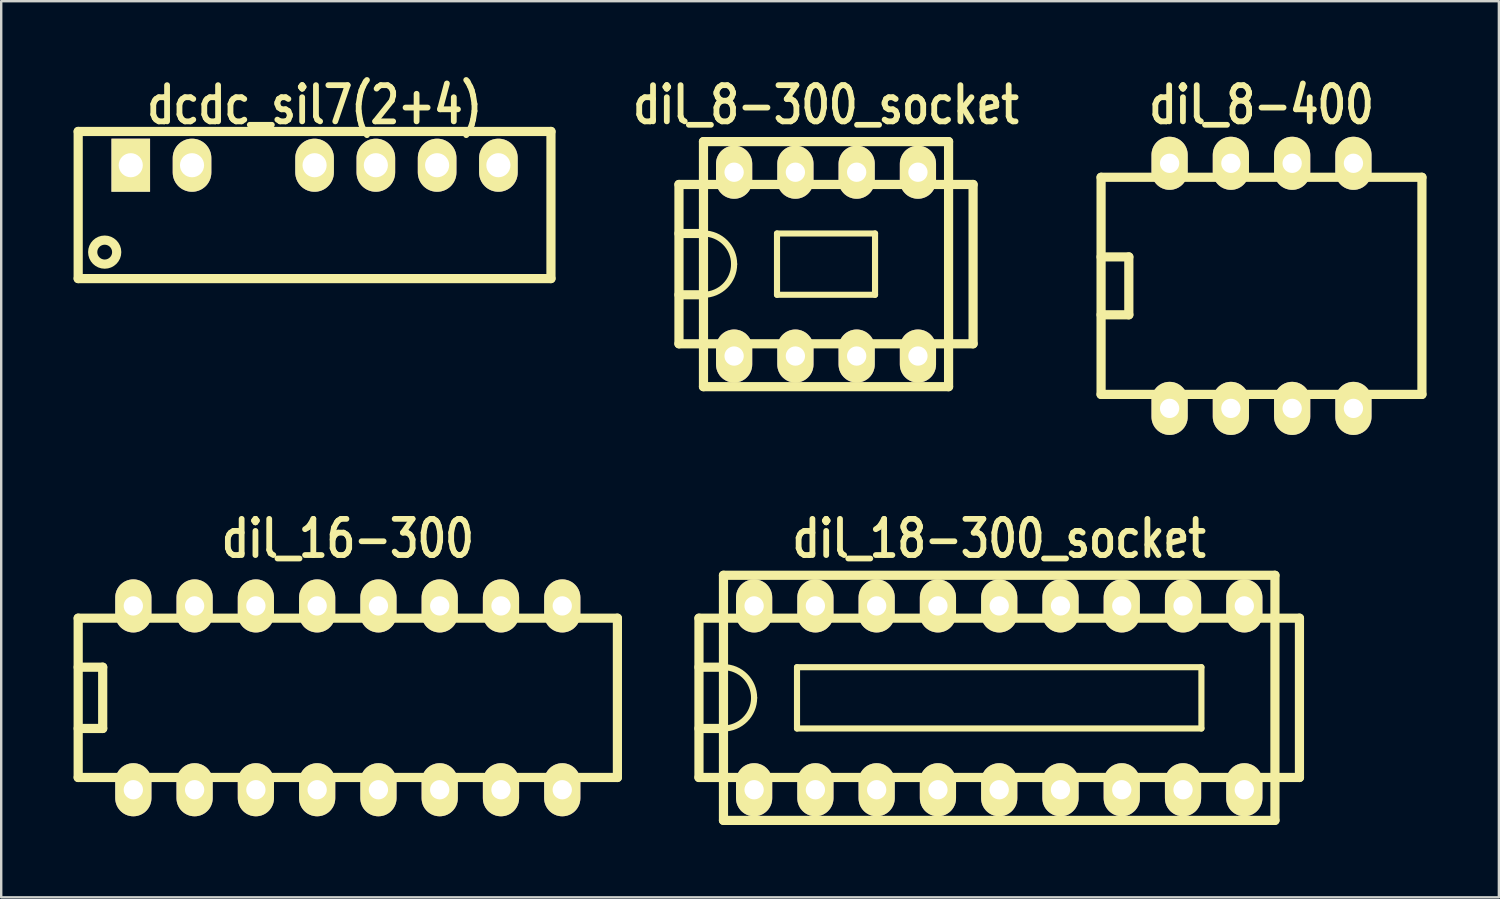
<source format=kicad_pcb>
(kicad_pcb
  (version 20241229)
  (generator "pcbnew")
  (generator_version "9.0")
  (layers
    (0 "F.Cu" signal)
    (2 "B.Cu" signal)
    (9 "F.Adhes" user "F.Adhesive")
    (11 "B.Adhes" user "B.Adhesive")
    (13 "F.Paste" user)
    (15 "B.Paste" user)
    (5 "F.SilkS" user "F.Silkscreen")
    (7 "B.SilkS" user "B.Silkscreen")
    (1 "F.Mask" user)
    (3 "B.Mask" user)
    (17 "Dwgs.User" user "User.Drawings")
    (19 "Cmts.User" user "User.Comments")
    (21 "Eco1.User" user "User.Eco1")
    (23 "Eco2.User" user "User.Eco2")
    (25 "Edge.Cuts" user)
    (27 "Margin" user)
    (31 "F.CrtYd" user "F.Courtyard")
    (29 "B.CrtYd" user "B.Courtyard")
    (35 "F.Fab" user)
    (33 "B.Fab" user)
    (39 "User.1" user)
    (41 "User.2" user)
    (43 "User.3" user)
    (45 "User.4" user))
  (footprint "dil_18-300_socket"
    (layer "F.Cu")
    (at 38.37 25.877)
    (property "Reference" "dil_18-300_socket" (at 0 -6.6 0) (layer "F.SilkS") (effects (font (size 1.5 1.2) (thickness 0.24))))
    (attr through_hole)
    (fp_line (start -12.446 -3.302) (end 12.446 -3.302) (stroke (width 0.381) (type solid)) (layer "F.SilkS"))
    (fp_line (start -12.446 3.302) (end -12.446 -3.302) (stroke (width 0.381) (type solid)) (layer "F.SilkS"))
    (fp_line (start -12.446 3.302) (end 12.446 3.302) (stroke (width 0.381) (type solid)) (layer "F.SilkS"))
    (fp_line (start -11.43 -5.08) (end 11.43 -5.08) (stroke (width 0.381) (type solid)) (layer "F.SilkS"))
    (fp_line (start -11.43 -1.27) (end -12.446 -1.27) (stroke (width 0.381) (type solid)) (layer "F.SilkS"))
    (fp_line (start -11.43 1.27) (end -12.446 1.27) (stroke (width 0.381) (type solid)) (layer "F.SilkS"))
    (fp_line (start -11.43 5.08) (end -11.43 -5.08) (stroke (width 0.381) (type solid)) (layer "F.SilkS"))
    (fp_line (start -8.382 -1.27) (end -8.382 1.27) (stroke (width 0.254) (type solid)) (layer "F.SilkS"))
    (fp_line (start -8.382 -1.27) (end 8.382 -1.27) (stroke (width 0.254) (type solid)) (layer "F.SilkS"))
    (fp_line (start 8.382 1.27) (end -8.382 1.27) (stroke (width 0.254) (type solid)) (layer "F.SilkS"))
    (fp_line (start 8.382 1.27) (end 8.382 -1.27) (stroke (width 0.254) (type solid)) (layer "F.SilkS"))
    (fp_line (start 11.43 -5.08) (end 11.43 5.08) (stroke (width 0.381) (type solid)) (layer "F.SilkS"))
    (fp_line (start 11.43 5.08) (end -11.43 5.08) (stroke (width 0.381) (type solid)) (layer "F.SilkS"))
    (fp_line (start 12.446 -3.302) (end 12.446 3.302) (stroke (width 0.381) (type solid)) (layer "F.SilkS"))
    (fp_arc (start -11.43 -1.27) (mid -10.531974 -0.898026) (end -10.16 0) (stroke (width 0.254) (type solid)) (layer "F.SilkS"))
    (fp_arc (start -10.16 0) (mid -10.531974 0.898026) (end -11.43 1.27) (stroke (width 0.254) (type solid)) (layer "F.SilkS"))
    (pad "1" thru_hole oval (at -10.16 3.81) (size 1.5 2.2) (drill 0.8) (layers "*.Cu" "*.Mask" "F.SilkS"))
    (pad "2" thru_hole oval (at -7.62 3.81) (size 1.5 2.2) (drill 0.8) (layers "*.Cu" "*.Mask" "F.SilkS"))
    (pad "3" thru_hole oval (at -5.08 3.81) (size 1.5 2.2) (drill 0.8) (layers "*.Cu" "*.Mask" "F.SilkS"))
    (pad "4" thru_hole oval (at -2.54 3.81) (size 1.5 2.2) (drill 0.8) (layers "*.Cu" "*.Mask" "F.SilkS"))
    (pad "5" thru_hole oval (at 0 3.81) (size 1.5 2.2) (drill 0.8) (layers "*.Cu" "*.Mask" "F.SilkS"))
    (pad "6" thru_hole oval (at 2.54 3.81) (size 1.5 2.2) (drill 0.8) (layers "*.Cu" "*.Mask" "F.SilkS"))
    (pad "7" thru_hole oval (at 5.08 3.81) (size 1.5 2.2) (drill 0.8) (layers "*.Cu" "*.Mask" "F.SilkS"))
    (pad "8" thru_hole oval (at 7.62 3.81) (size 1.5 2.2) (drill 0.8) (layers "*.Cu" "*.Mask" "F.SilkS"))
    (pad "9" thru_hole oval (at 10.16 3.81) (size 1.5 2.2) (drill 0.8) (layers "*.Cu" "*.Mask" "F.SilkS"))
    (pad "10" thru_hole oval (at 10.16 -3.81) (size 1.5 2.2) (drill 0.8) (layers "*.Cu" "*.Mask" "F.SilkS"))
    (pad "11" thru_hole oval (at 7.62 -3.81) (size 1.5 2.2) (drill 0.8) (layers "*.Cu" "*.Mask" "F.SilkS"))
    (pad "12" thru_hole oval (at 5.08 -3.81) (size 1.5 2.2) (drill 0.8) (layers "*.Cu" "*.Mask" "F.SilkS"))
    (pad "13" thru_hole oval (at 2.54 -3.81) (size 1.5 2.2) (drill 0.8) (layers "*.Cu" "*.Mask" "F.SilkS"))
    (pad "14" thru_hole oval (at 0 -3.81) (size 1.5 2.2) (drill 0.8) (layers "*.Cu" "*.Mask" "F.SilkS"))
    (pad "15" thru_hole oval (at -2.54 -3.81) (size 1.5 2.2) (drill 0.8) (layers "*.Cu" "*.Mask" "F.SilkS"))
    (pad "16" thru_hole oval (at -5.08 -3.81) (size 1.5 2.2) (drill 0.8) (layers "*.Cu" "*.Mask" "F.SilkS"))
    (pad "17" thru_hole oval (at -7.62 -3.81) (size 1.5 2.2) (drill 0.8) (layers "*.Cu" "*.Mask" "F.SilkS"))
    (pad "18" thru_hole oval (at -10.16 -3.81) (size 1.5 2.2) (drill 0.8) (layers "*.Cu" "*.Mask" "F.SilkS")))
  (footprint "dcdc_sil7(2+4)"
    (layer "F.Cu")
    (at 9.99 3.799)
    (property "Reference" "dcdc_sil7(2+4)" (at 0 -2.5 0) (layer "F.SilkS") (effects (font (size 1.5 1.2) (thickness 0.24))))
    (attr through_hole)
    (fp_line (start -9.799 -1.4) (end -9.799 4.699) (stroke (width 0.381) (type solid)) (layer "F.SilkS"))
    (fp_line (start -9.799 -1.4) (end 9.799 -1.4) (stroke (width 0.381) (type solid)) (layer "F.SilkS"))
    (fp_line (start -9.799 4.699) (end 9.799 4.699) (stroke (width 0.381) (type solid)) (layer "F.SilkS"))
    (fp_line (start 9.799 4.699) (end 9.799 -1.4) (stroke (width 0.381) (type solid)) (layer "F.SilkS"))
    (fp_circle (center -8.7 3.602) (end -8.999 4) (stroke (width 0.381) (type solid)) (fill no) (layer "F.SilkS"))
    (pad "1" thru_hole rect (at -7.62 0) (size 1.6 2.2) (drill 1) (layers "*.Cu" "*.Mask" "F.SilkS"))
    (pad "2" thru_hole oval (at -5.08 0) (size 1.6 2.2) (drill 1) (layers "*.Cu" "*.Mask" "F.SilkS"))
    (pad "4" thru_hole oval (at 0 0) (size 1.6 2.2) (drill 1) (layers "*.Cu" "*.Mask" "F.SilkS"))
    (pad "5" thru_hole oval (at 2.54 0) (size 1.6 2.2) (drill 1) (layers "*.Cu" "*.Mask" "F.SilkS"))
    (pad "6" thru_hole oval (at 5.08 0) (size 1.6 2.2) (drill 1) (layers "*.Cu" "*.Mask" "F.SilkS"))
    (pad "7" thru_hole oval (at 7.62 0) (size 1.6 2.2) (drill 1) (layers "*.Cu" "*.Mask" "F.SilkS")))
  (footprint "dil_8-300_socket"
    (layer "F.Cu")
    (at 31.191 7.899)
    (property "Reference" "dil_8-300_socket" (at 0 -6.6 0) (layer "F.SilkS") (effects (font (size 1.5 1.2) (thickness 0.24))))
    (attr through_hole)
    (fp_line (start -6.096 -3.302) (end 6.096 -3.302) (stroke (width 0.381) (type solid)) (layer "F.SilkS"))
    (fp_line (start -6.096 3.302) (end -6.096 -3.302) (stroke (width 0.381) (type solid)) (layer "F.SilkS"))
    (fp_line (start -6.096 3.302) (end 6.096 3.302) (stroke (width 0.381) (type solid)) (layer "F.SilkS"))
    (fp_line (start -5.08 -1.27) (end -6.096 -1.27) (stroke (width 0.381) (type solid)) (layer "F.SilkS"))
    (fp_line (start -5.08 1.27) (end -6.096 1.27) (stroke (width 0.381) (type solid)) (layer "F.SilkS"))
    (fp_line (start -5.08 5.08) (end -5.08 -5.08) (stroke (width 0.381) (type solid)) (layer "F.SilkS"))
    (fp_line (start -2.032 -1.27) (end -2.032 1.27) (stroke (width 0.254) (type solid)) (layer "F.SilkS"))
    (fp_line (start -2.032 -1.27) (end 2.032 -1.27) (stroke (width 0.254) (type solid)) (layer "F.SilkS"))
    (fp_line (start 2.032 1.27) (end -2.032 1.27) (stroke (width 0.254) (type solid)) (layer "F.SilkS"))
    (fp_line (start 2.032 1.27) (end 2.032 -1.27) (stroke (width 0.254) (type solid)) (layer "F.SilkS"))
    (fp_line (start 5.08 -5.08) (end -5.08 -5.08) (stroke (width 0.381) (type solid)) (layer "F.SilkS"))
    (fp_line (start 5.08 -5.08) (end 5.08 5.08) (stroke (width 0.381) (type solid)) (layer "F.SilkS"))
    (fp_line (start 5.08 5.08) (end -5.08 5.08) (stroke (width 0.381) (type solid)) (layer "F.SilkS"))
    (fp_line (start 6.096 -3.302) (end 6.096 3.302) (stroke (width 0.381) (type solid)) (layer "F.SilkS"))
    (fp_arc (start -5.08 -1.27) (mid -4.181974 -0.898026) (end -3.81 0) (stroke (width 0.254) (type solid)) (layer "F.SilkS"))
    (fp_arc (start -3.81 0) (mid -4.181974 0.898026) (end -5.08 1.27) (stroke (width 0.254) (type solid)) (layer "F.SilkS"))
    (pad "1" thru_hole oval (at -3.81 3.81) (size 1.5 2.2) (drill 0.8) (layers "*.Cu" "*.Mask" "F.SilkS"))
    (pad "2" thru_hole oval (at -1.27 3.81) (size 1.5 2.2) (drill 0.8) (layers "*.Cu" "*.Mask" "F.SilkS"))
    (pad "3" thru_hole oval (at 1.27 3.81) (size 1.5 2.2) (drill 0.8) (layers "*.Cu" "*.Mask" "F.SilkS"))
    (pad "4" thru_hole oval (at 3.81 3.81) (size 1.5 2.2) (drill 0.8) (layers "*.Cu" "*.Mask" "F.SilkS"))
    (pad "5" thru_hole oval (at 3.81 -3.81) (size 1.5 2.2) (drill 0.8) (layers "*.Cu" "*.Mask" "F.SilkS"))
    (pad "6" thru_hole oval (at 1.27 -3.81) (size 1.5 2.2) (drill 0.8) (layers "*.Cu" "*.Mask" "F.SilkS"))
    (pad "7" thru_hole oval (at -1.27 -3.81) (size 1.5 2.2) (drill 0.8) (layers "*.Cu" "*.Mask" "F.SilkS"))
    (pad "8" thru_hole oval (at -3.81 -3.81) (size 1.5 2.2) (drill 0.8) (layers "*.Cu" "*.Mask" "F.SilkS")))
  (footprint "dil_16-300"
    (layer "F.Cu")
    (at 11.367 25.877)
    (property "Reference" "dil_16-300" (at 0 -6.6 0) (layer "F.SilkS") (effects (font (size 1.5 1.2) (thickness 0.24))))
    (attr through_hole)
    (fp_line (start -11.176 -3.302) (end 11.176 -3.302) (stroke (width 0.381) (type solid)) (layer "F.SilkS"))
    (fp_line (start -11.176 3.302) (end -11.176 -3.302) (stroke (width 0.381) (type solid)) (layer "F.SilkS"))
    (fp_line (start -10.16 -1.27) (end -11.176 -1.27) (stroke (width 0.381) (type solid)) (layer "F.SilkS"))
    (fp_line (start -10.16 -1.27) (end -10.16 1.27) (stroke (width 0.381) (type solid)) (layer "F.SilkS"))
    (fp_line (start -10.16 1.27) (end -11.176 1.27) (stroke (width 0.381) (type solid)) (layer "F.SilkS"))
    (fp_line (start 11.176 -3.302) (end 11.176 3.302) (stroke (width 0.381) (type solid)) (layer "F.SilkS"))
    (fp_line (start 11.176 3.302) (end -11.176 3.302) (stroke (width 0.381) (type solid)) (layer "F.SilkS"))
    (pad "1" thru_hole oval (at -8.89 3.81) (size 1.5 2.2) (drill 0.8) (layers "*.Cu" "*.Mask" "F.SilkS"))
    (pad "2" thru_hole oval (at -6.35 3.81) (size 1.5 2.2) (drill 0.8) (layers "*.Cu" "*.Mask" "F.SilkS"))
    (pad "3" thru_hole oval (at -3.81 3.81) (size 1.5 2.2) (drill 0.8) (layers "*.Cu" "*.Mask" "F.SilkS"))
    (pad "4" thru_hole oval (at -1.27 3.81) (size 1.5 2.2) (drill 0.8) (layers "*.Cu" "*.Mask" "F.SilkS"))
    (pad "5" thru_hole oval (at 1.27 3.81) (size 1.5 2.2) (drill 0.8) (layers "*.Cu" "*.Mask" "F.SilkS"))
    (pad "6" thru_hole oval (at 3.81 3.81) (size 1.5 2.2) (drill 0.8) (layers "*.Cu" "*.Mask" "F.SilkS"))
    (pad "7" thru_hole oval (at 6.35 3.81) (size 1.5 2.2) (drill 0.8) (layers "*.Cu" "*.Mask" "F.SilkS"))
    (pad "8" thru_hole oval (at 8.89 3.81) (size 1.5 2.2) (drill 0.8) (layers "*.Cu" "*.Mask" "F.SilkS"))
    (pad "9" thru_hole oval (at 8.89 -3.81) (size 1.5 2.2) (drill 0.8) (layers "*.Cu" "*.Mask" "F.SilkS"))
    (pad "10" thru_hole oval (at 6.35 -3.81) (size 1.5 2.2) (drill 0.8) (layers "*.Cu" "*.Mask" "F.SilkS"))
    (pad "11" thru_hole oval (at 3.81 -3.81) (size 1.5 2.2) (drill 0.8) (layers "*.Cu" "*.Mask" "F.SilkS"))
    (pad "12" thru_hole oval (at 1.27 -3.81) (size 1.5 2.2) (drill 0.8) (layers "*.Cu" "*.Mask" "F.SilkS"))
    (pad "13" thru_hole oval (at -1.27 -3.81) (size 1.5 2.2) (drill 0.8) (layers "*.Cu" "*.Mask" "F.SilkS"))
    (pad "14" thru_hole oval (at -3.81 -3.81) (size 1.5 2.2) (drill 0.8) (layers "*.Cu" "*.Mask" "F.SilkS"))
    (pad "15" thru_hole oval (at -6.35 -3.81) (size 1.5 2.2) (drill 0.8) (layers "*.Cu" "*.Mask" "F.SilkS"))
    (pad "16" thru_hole oval (at -8.89 -3.81) (size 1.5 2.2) (drill 0.8) (layers "*.Cu" "*.Mask" "F.SilkS")))
  (footprint "dil_8-400"
    (layer "F.Cu")
    (at 49.243 8.799)
    (property "Reference" "dil_8-400" (at 0 -7.5 0) (layer "F.SilkS") (effects (font (size 1.5 1.2) (thickness 0.24))))
    (attr through_hole)
    (fp_line (start -6.65 -4.5) (end 6.65 -4.5) (stroke (width 0.381) (type solid)) (layer "F.SilkS"))
    (fp_line (start -6.65 4.5) (end -6.65 -4.5) (stroke (width 0.381) (type solid)) (layer "F.SilkS"))
    (fp_line (start -5.5 -1.2) (end -6.65 -1.2) (stroke (width 0.381) (type solid)) (layer "F.SilkS"))
    (fp_line (start -5.5 -1.2) (end -5.5 1.2) (stroke (width 0.381) (type solid)) (layer "F.SilkS"))
    (fp_line (start -5.5 1.2) (end -6.65 1.2) (stroke (width 0.381) (type solid)) (layer "F.SilkS"))
    (fp_line (start 6.65 -4.5) (end 6.65 4.5) (stroke (width 0.381) (type solid)) (layer "F.SilkS"))
    (fp_line (start 6.65 4.5) (end -6.65 4.5) (stroke (width 0.381) (type solid)) (layer "F.SilkS"))
    (pad "1" thru_hole oval (at -3.81 5.08) (size 1.5 2.2) (drill 0.8) (layers "*.Cu" "*.Mask" "F.SilkS"))
    (pad "2" thru_hole oval (at -1.27 5.08) (size 1.5 2.2) (drill 0.8) (layers "*.Cu" "*.Mask" "F.SilkS"))
    (pad "3" thru_hole oval (at 1.27 5.08) (size 1.5 2.2) (drill 0.8) (layers "*.Cu" "*.Mask" "F.SilkS"))
    (pad "4" thru_hole oval (at 3.81 5.08) (size 1.5 2.2) (drill 0.8) (layers "*.Cu" "*.Mask" "F.SilkS"))
    (pad "5" thru_hole oval (at 3.81 -5.08) (size 1.5 2.2) (drill 0.8) (layers "*.Cu" "*.Mask" "F.SilkS"))
    (pad "6" thru_hole oval (at 1.27 -5.08) (size 1.5 2.2) (drill 0.8) (layers "*.Cu" "*.Mask" "F.SilkS"))
    (pad "7" thru_hole oval (at -1.27 -5.08) (size 1.5 2.2) (drill 0.8) (layers "*.Cu" "*.Mask" "F.SilkS"))
    (pad "8" thru_hole oval (at -3.81 -5.08) (size 1.5 2.2) (drill 0.8) (layers "*.Cu" "*.Mask" "F.SilkS")))
  (gr_rect
    (start -3 -3)
    (end 59.083 34.148)
    (stroke (width 0.1) (type default))
    (fill no)
    (layer "Edge.Cuts")))
</source>
